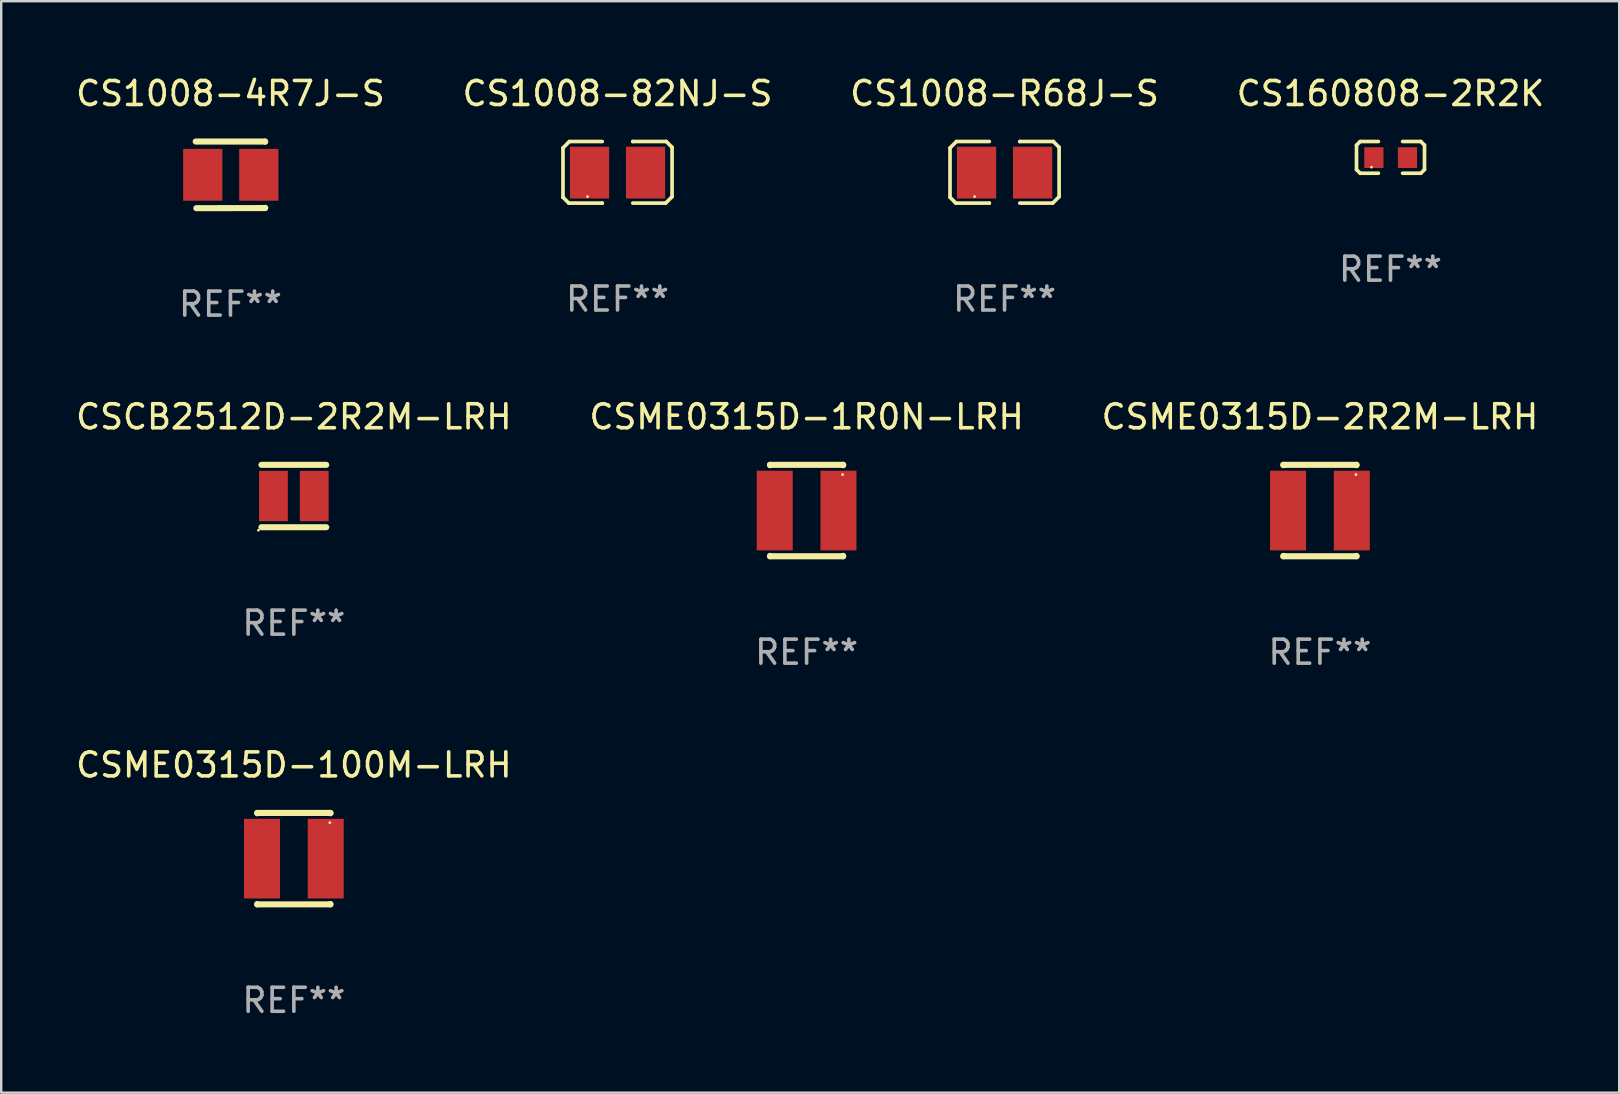
<source format=kicad_pcb>
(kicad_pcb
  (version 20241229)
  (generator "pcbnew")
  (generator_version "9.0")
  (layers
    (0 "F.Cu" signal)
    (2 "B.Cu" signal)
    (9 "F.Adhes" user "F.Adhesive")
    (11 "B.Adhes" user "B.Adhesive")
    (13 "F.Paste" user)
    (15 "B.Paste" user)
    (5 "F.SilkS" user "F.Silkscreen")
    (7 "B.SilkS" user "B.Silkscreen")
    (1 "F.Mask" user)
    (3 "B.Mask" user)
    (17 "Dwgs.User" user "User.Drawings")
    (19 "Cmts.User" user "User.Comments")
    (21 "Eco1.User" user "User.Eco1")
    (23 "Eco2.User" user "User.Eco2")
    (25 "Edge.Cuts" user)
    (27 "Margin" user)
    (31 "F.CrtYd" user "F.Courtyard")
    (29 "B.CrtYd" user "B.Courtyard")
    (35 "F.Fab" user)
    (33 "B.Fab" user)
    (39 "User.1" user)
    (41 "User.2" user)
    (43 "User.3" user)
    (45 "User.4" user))
  (footprint "CS1008-4R7J-S"
    (layer "F.Cu")
    (at 6.554 4.237)
    (property "Reference" "CS1008-4R7J-S" (at 0 -3.389 0) (layer "F.SilkS") (effects (font (size 1 1) (thickness 0.15))))
    (attr through_hole)
    (fp_line (start -1.448 -1.389) (end 1.441 -1.389) (stroke (width 0.254) (type solid)) (layer "F.SilkS"))
    (fp_line (start -1.421 1.389) (end 1.438 1.384) (stroke (width 0.254) (type solid)) (layer "F.SilkS"))
    (fp_line (start 1.438 1.384) (end 1.448 1.375) (stroke (width 0.254) (type solid)) (layer "F.SilkS"))
    (fp_line (start 1.441 -1.389) (end 1.448 -1.382) (stroke (width 0.254) (type solid)) (layer "F.SilkS"))
    (fp_circle (center 1.464 -1.402) (end 1.494 -1.402) (stroke (width 0.06) (type solid)) (fill no) (layer "F.SilkS"))
    (fp_text user "REF**" (at 0 5.389 0) (layer "F.Fab") (effects (font (size 1 1) (thickness 0.15))))
    (pad "1" smd rect (at 1.181 -0.002 180) (size 1.635 2.16) (layers "F.Cu" "F.Mask" "F.Paste"))
    (pad "2" smd rect (at -1.154 -0.002 180) (size 1.635 2.16) (layers "F.Cu" "F.Mask" "F.Paste")))
  (footprint "CS160808-2R2K"
    (layer "F.Cu")
    (at 54.899 3.509)
    (property "Reference" "CS160808-2R2K" (at 0 -2.661 0) (layer "F.SilkS") (effects (font (size 1 1) (thickness 0.15))))
    (attr through_hole)
    (fp_line (start -1.417 -0.508) (end -1.265 -0.661) (stroke (width 0.152) (type solid)) (layer "F.SilkS"))
    (fp_line (start -1.417 0.508) (end -1.417 -0.508) (stroke (width 0.152) (type solid)) (layer "F.SilkS"))
    (fp_line (start -1.265 -0.661) (end -0.503 -0.661) (stroke (width 0.152) (type solid)) (layer "F.SilkS"))
    (fp_line (start -1.265 0.661) (end -1.417 0.508) (stroke (width 0.152) (type solid)) (layer "F.SilkS"))
    (fp_line (start -1.265 0.661) (end -0.503 0.661) (stroke (width 0.152) (type solid)) (layer "F.SilkS"))
    (fp_line (start 1.265 -0.661) (end 0.503 -0.661) (stroke (width 0.152) (type solid)) (layer "F.SilkS"))
    (fp_line (start 1.265 -0.661) (end 1.417 -0.508) (stroke (width 0.152) (type solid)) (layer "F.SilkS"))
    (fp_line (start 1.265 0.661) (end 0.503 0.661) (stroke (width 0.152) (type solid)) (layer "F.SilkS"))
    (fp_line (start 1.417 -0.508) (end 1.417 0.508) (stroke (width 0.152) (type solid)) (layer "F.SilkS"))
    (fp_line (start 1.417 0.508) (end 1.265 0.661) (stroke (width 0.152) (type solid)) (layer "F.SilkS"))
    (fp_circle (center -0.793 0.409) (end -0.763 0.409) (stroke (width 0.06) (type solid)) (fill no) (layer "F.SilkS"))
    (fp_text user "REF**" (at 0 4.661 0) (layer "F.Fab") (effects (font (size 1 1) (thickness 0.15))))
    (pad "1" smd rect (at -0.693 0.009 180) (size 0.8 0.864) (layers "F.Cu" "F.Mask" "F.Paste"))
    (pad "2" smd rect (at 0.707 0.009 180) (size 0.8 0.864) (layers "F.Cu" "F.Mask" "F.Paste")))
  (footprint "CSME0315D-100M-LRH"
    (layer "F.Cu")
    (at 9.196 32.734)
    (property "Reference" "CSME0315D-100M-LRH" (at 0 -3.905 0) (layer "F.SilkS") (effects (font (size 1 1) (thickness 0.15))))
    (attr through_hole)
    (fp_line (start -1.524 -1.905) (end 1.524 -1.905) (stroke (width 0.254) (type solid)) (layer "F.SilkS"))
    (fp_line (start -1.524 -1.891) (end -1.524 -1.905) (stroke (width 0.254) (type solid)) (layer "F.SilkS"))
    (fp_line (start -1.524 1.905) (end -1.524 1.891) (stroke (width 0.254) (type solid)) (layer "F.SilkS"))
    (fp_line (start -1.524 1.905) (end 1.524 1.905) (stroke (width 0.254) (type solid)) (layer "F.SilkS"))
    (fp_line (start 1.524 -1.905) (end 1.524 -1.891) (stroke (width 0.254) (type solid)) (layer "F.SilkS"))
    (fp_line (start 1.524 1.891) (end 1.524 1.905) (stroke (width 0.254) (type solid)) (layer "F.SilkS"))
    (fp_circle (center 1.5 -1.5) (end 1.53 -1.5) (stroke (width 0.06) (type solid)) (fill no) (layer "F.SilkS"))
    (fp_text user "REF**" (at 0 5.905 0) (layer "F.Fab") (effects (font (size 1 1) (thickness 0.15))))
    (pad "1" smd rect (at 1.328 0) (size 1.5 3.32) (layers "F.Cu" "F.Mask" "F.Paste"))
    (pad "2" smd rect (at -1.328 0) (size 1.5 3.32) (layers "F.Cu" "F.Mask" "F.Paste")))
  (footprint "CSME0315D-1R0N-LRH"
    (layer "F.Cu")
    (at 30.565 18.227)
    (property "Reference" "CSME0315D-1R0N-LRH" (at 0 -3.905 0) (layer "F.SilkS") (effects (font (size 1 1) (thickness 0.15))))
    (attr through_hole)
    (fp_line (start -1.524 -1.905) (end 1.524 -1.905) (stroke (width 0.254) (type solid)) (layer "F.SilkS"))
    (fp_line (start -1.524 -1.891) (end -1.524 -1.905) (stroke (width 0.254) (type solid)) (layer "F.SilkS"))
    (fp_line (start -1.524 1.905) (end -1.524 1.891) (stroke (width 0.254) (type solid)) (layer "F.SilkS"))
    (fp_line (start -1.524 1.905) (end 1.524 1.905) (stroke (width 0.254) (type solid)) (layer "F.SilkS"))
    (fp_line (start 1.524 -1.905) (end 1.524 -1.891) (stroke (width 0.254) (type solid)) (layer "F.SilkS"))
    (fp_line (start 1.524 1.891) (end 1.524 1.905) (stroke (width 0.254) (type solid)) (layer "F.SilkS"))
    (fp_circle (center 1.5 -1.5) (end 1.53 -1.5) (stroke (width 0.06) (type solid)) (fill no) (layer "F.SilkS"))
    (fp_text user "REF**" (at 0 5.905 0) (layer "F.Fab") (effects (font (size 1 1) (thickness 0.15))))
    (pad "1" smd rect (at 1.328 0) (size 1.5 3.32) (layers "F.Cu" "F.Mask" "F.Paste"))
    (pad "2" smd rect (at -1.328 0) (size 1.5 3.32) (layers "F.Cu" "F.Mask" "F.Paste")))
  (footprint "CS1008-82NJ-S"
    (layer "F.Cu")
    (at 22.685 4.131)
    (property "Reference" "CS1008-82NJ-S" (at 0 -3.283 0) (layer "F.SilkS") (effects (font (size 1 1) (thickness 0.15))))
    (attr through_hole)
    (fp_line (start -2.273 -1.016) (end -2.007 -1.283) (stroke (width 0.152) (type solid)) (layer "F.SilkS"))
    (fp_line (start -2.273 1.041) (end -2.273 -1.016) (stroke (width 0.152) (type solid)) (layer "F.SilkS"))
    (fp_line (start -2.032 1.283) (end -2.273 1.041) (stroke (width 0.152) (type solid)) (layer "F.SilkS"))
    (fp_line (start -2.007 -1.283) (end -0.635 -1.283) (stroke (width 0.152) (type solid)) (layer "F.SilkS"))
    (fp_line (start -0.635 1.283) (end -2.032 1.283) (stroke (width 0.152) (type solid)) (layer "F.SilkS"))
    (fp_line (start -0.635 1.283) (end -0.635 1.283) (stroke (width 0.152) (type solid)) (layer "F.SilkS"))
    (fp_line (start 0.635 -1.283) (end 0.635 -1.283) (stroke (width 0.152) (type solid)) (layer "F.SilkS"))
    (fp_line (start 0.635 -1.283) (end 2.032 -1.283) (stroke (width 0.152) (type solid)) (layer "F.SilkS"))
    (fp_line (start 2.007 1.283) (end 0.635 1.283) (stroke (width 0.152) (type solid)) (layer "F.SilkS"))
    (fp_line (start 2.032 -1.283) (end 2.273 -1.041) (stroke (width 0.152) (type solid)) (layer "F.SilkS"))
    (fp_line (start 2.273 -1.041) (end 2.273 1.016) (stroke (width 0.152) (type solid)) (layer "F.SilkS"))
    (fp_line (start 2.273 1.016) (end 2.007 1.283) (stroke (width 0.152) (type solid)) (layer "F.SilkS"))
    (fp_circle (center -1.25 1.013) (end -1.22 1.013) (stroke (width 0.06) (type solid)) (fill no) (layer "F.SilkS"))
    (fp_text user "REF**" (at 0 5.283 0) (layer "F.Fab") (effects (font (size 1 1) (thickness 0.15))))
    (pad "1" smd rect (at -1.167 0.013) (size 1.635 2.16) (layers "F.Cu" "F.Mask" "F.Paste"))
    (pad "2" smd rect (at 1.168 0.013) (size 1.635 2.16) (layers "F.Cu" "F.Mask" "F.Paste")))
  (footprint "CS1008-R68J-S"
    (layer "F.Cu")
    (at 38.815 4.131)
    (property "Reference" "CS1008-R68J-S" (at 0 -3.283 0) (layer "F.SilkS") (effects (font (size 1 1) (thickness 0.15))))
    (attr through_hole)
    (fp_line (start -2.273 -1.016) (end -2.007 -1.283) (stroke (width 0.152) (type solid)) (layer "F.SilkS"))
    (fp_line (start -2.273 1.041) (end -2.273 -1.016) (stroke (width 0.152) (type solid)) (layer "F.SilkS"))
    (fp_line (start -2.032 1.283) (end -2.273 1.041) (stroke (width 0.152) (type solid)) (layer "F.SilkS"))
    (fp_line (start -2.007 -1.283) (end -0.635 -1.283) (stroke (width 0.152) (type solid)) (layer "F.SilkS"))
    (fp_line (start -0.635 1.283) (end -2.032 1.283) (stroke (width 0.152) (type solid)) (layer "F.SilkS"))
    (fp_line (start -0.635 1.283) (end -0.635 1.283) (stroke (width 0.152) (type solid)) (layer "F.SilkS"))
    (fp_line (start 0.635 -1.283) (end 0.635 -1.283) (stroke (width 0.152) (type solid)) (layer "F.SilkS"))
    (fp_line (start 0.635 -1.283) (end 2.032 -1.283) (stroke (width 0.152) (type solid)) (layer "F.SilkS"))
    (fp_line (start 2.007 1.283) (end 0.635 1.283) (stroke (width 0.152) (type solid)) (layer "F.SilkS"))
    (fp_line (start 2.032 -1.283) (end 2.273 -1.041) (stroke (width 0.152) (type solid)) (layer "F.SilkS"))
    (fp_line (start 2.273 -1.041) (end 2.273 1.016) (stroke (width 0.152) (type solid)) (layer "F.SilkS"))
    (fp_line (start 2.273 1.016) (end 2.007 1.283) (stroke (width 0.152) (type solid)) (layer "F.SilkS"))
    (fp_circle (center -1.25 1.013) (end -1.22 1.013) (stroke (width 0.06) (type solid)) (fill no) (layer "F.SilkS"))
    (fp_text user "REF**" (at 0 5.283 0) (layer "F.Fab") (effects (font (size 1 1) (thickness 0.15))))
    (pad "1" smd rect (at -1.167 0.013) (size 1.635 2.16) (layers "F.Cu" "F.Mask" "F.Paste"))
    (pad "2" smd rect (at 1.168 0.013) (size 1.635 2.16) (layers "F.Cu" "F.Mask" "F.Paste")))
  (footprint "CSME0315D-2R2M-LRH"
    (layer "F.Cu")
    (at 51.958 18.227)
    (property "Reference" "CSME0315D-2R2M-LRH" (at 0 -3.905 0) (layer "F.SilkS") (effects (font (size 1 1) (thickness 0.15))))
    (attr through_hole)
    (fp_line (start -1.524 -1.905) (end 1.524 -1.905) (stroke (width 0.254) (type solid)) (layer "F.SilkS"))
    (fp_line (start -1.524 -1.891) (end -1.524 -1.905) (stroke (width 0.254) (type solid)) (layer "F.SilkS"))
    (fp_line (start -1.524 1.905) (end -1.524 1.891) (stroke (width 0.254) (type solid)) (layer "F.SilkS"))
    (fp_line (start -1.524 1.905) (end 1.524 1.905) (stroke (width 0.254) (type solid)) (layer "F.SilkS"))
    (fp_line (start 1.524 -1.905) (end 1.524 -1.891) (stroke (width 0.254) (type solid)) (layer "F.SilkS"))
    (fp_line (start 1.524 1.891) (end 1.524 1.905) (stroke (width 0.254) (type solid)) (layer "F.SilkS"))
    (fp_circle (center 1.5 -1.5) (end 1.53 -1.5) (stroke (width 0.06) (type solid)) (fill no) (layer "F.SilkS"))
    (fp_text user "REF**" (at 0 5.905 0) (layer "F.Fab") (effects (font (size 1 1) (thickness 0.15))))
    (pad "1" smd rect (at 1.328 0) (size 1.5 3.32) (layers "F.Cu" "F.Mask" "F.Paste"))
    (pad "2" smd rect (at -1.328 0) (size 1.5 3.32) (layers "F.Cu" "F.Mask" "F.Paste")))
  (footprint "CSCB2512D-2R2M-LRH"
    (layer "F.Cu")
    (at 9.196 17.622)
    (property "Reference" "CSCB2512D-2R2M-LRH" (at 0 -3.3 0) (layer "F.SilkS") (effects (font (size 1 1) (thickness 0.15))))
    (attr through_hole)
    (fp_line (start -1.35 -1.3) (end 1.35 -1.3) (stroke (width 0.254) (type solid)) (layer "F.SilkS"))
    (fp_line (start -1.35 1.3) (end 1.35 1.3) (stroke (width 0.254) (type solid)) (layer "F.SilkS"))
    (fp_circle (center -1.477 1.427) (end -1.447 1.427) (stroke (width 0.06) (type solid)) (fill no) (layer "F.SilkS"))
    (fp_text user "REF**" (at 0 5.3 0) (layer "F.Fab") (effects (font (size 1 1) (thickness 0.15))))
    (pad "1" smd rect (at -0.85 0) (size 1.2 2.1) (layers "F.Cu" "F.Mask" "F.Paste"))
    (pad "2" smd rect (at 0.85 0) (size 1.2 2.1) (layers "F.Cu" "F.Mask" "F.Paste")))
  (gr_rect
    (start -3 -3)
    (end 64.429 42.487)
    (stroke (width 0.1) (type default))
    (fill no)
    (layer "Edge.Cuts")))
</source>
